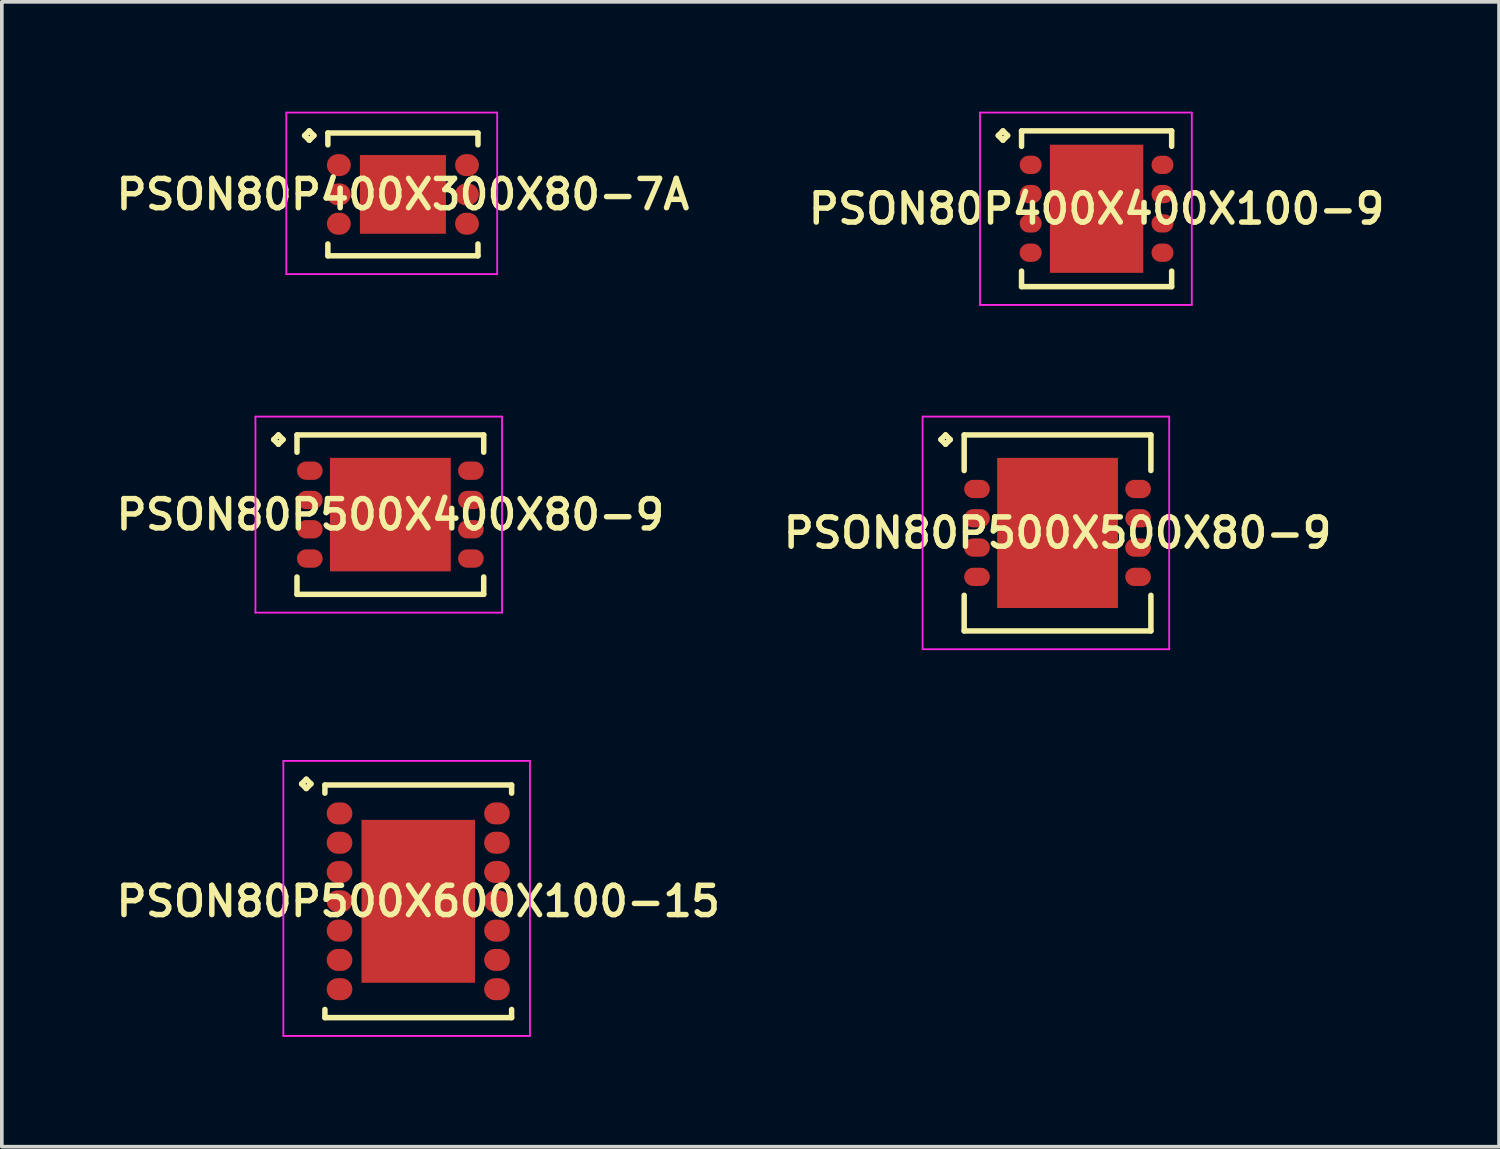
<source format=kicad_pcb>
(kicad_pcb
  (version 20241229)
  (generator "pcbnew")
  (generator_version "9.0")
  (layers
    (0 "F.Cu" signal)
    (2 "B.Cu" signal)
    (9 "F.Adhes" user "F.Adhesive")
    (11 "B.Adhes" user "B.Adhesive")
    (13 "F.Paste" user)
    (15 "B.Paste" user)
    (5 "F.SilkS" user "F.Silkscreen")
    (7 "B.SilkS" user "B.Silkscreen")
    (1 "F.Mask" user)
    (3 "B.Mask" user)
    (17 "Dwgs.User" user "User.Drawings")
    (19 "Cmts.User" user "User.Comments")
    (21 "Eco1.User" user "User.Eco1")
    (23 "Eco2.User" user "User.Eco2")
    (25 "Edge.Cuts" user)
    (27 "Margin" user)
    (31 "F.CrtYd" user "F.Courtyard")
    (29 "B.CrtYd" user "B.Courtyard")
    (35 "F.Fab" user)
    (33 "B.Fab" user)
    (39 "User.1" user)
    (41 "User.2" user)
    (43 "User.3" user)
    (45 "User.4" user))
  (footprint "PSON80P400X400X100-9"
    (layer "F.Cu")
    (at 26.902 2.652)
    (property "Reference" "PSON80P400X400X100-9" (at 0 0 0) (layer "F.SilkS") (effects (font (size 0.8 0.8) (thickness 0.15))))
    (attr smd)
    (fp_line (start -2.685 -2) (end -2.558 -2.127) (stroke (width 0.15) (type solid)) (layer "F.SilkS"))
    (fp_line (start -2.558 -2.127) (end -2.431 -2) (stroke (width 0.15) (type solid)) (layer "F.SilkS"))
    (fp_line (start -2.558 -1.873) (end -2.685 -2) (stroke (width 0.15) (type solid)) (layer "F.SilkS"))
    (fp_line (start -2.431 -2) (end -2.558 -1.873) (stroke (width 0.15) (type solid)) (layer "F.SilkS"))
    (fp_line (start -2.05 -2.127) (end 2.05 -2.127) (stroke (width 0.15) (type solid)) (layer "F.SilkS"))
    (fp_line (start -2.05 -1.704) (end -2.05 -2.127) (stroke (width 0.15) (type solid)) (layer "F.SilkS"))
    (fp_line (start -2.05 1.704) (end -2.05 2.127) (stroke (width 0.15) (type solid)) (layer "F.SilkS"))
    (fp_line (start -2.05 2.127) (end 2.05 2.127) (stroke (width 0.15) (type solid)) (layer "F.SilkS"))
    (fp_line (start 2.05 -2.127) (end 2.05 -1.704) (stroke (width 0.15) (type solid)) (layer "F.SilkS"))
    (fp_line (start 2.05 2.127) (end 2.05 1.704) (stroke (width 0.15) (type solid)) (layer "F.SilkS"))
    (fp_line (start -3.185 -2.627) (end 2.6 -2.627) (stroke (width 0.05) (type solid)) (layer "F.CrtYd"))
    (fp_line (start -3.185 2.627) (end -3.185 -2.627) (stroke (width 0.05) (type solid)) (layer "F.CrtYd"))
    (fp_line (start 2.6 -2.627) (end 2.6 2.627) (stroke (width 0.05) (type solid)) (layer "F.CrtYd"))
    (fp_line (start 2.6 2.627) (end -3.185 2.627) (stroke (width 0.05) (type solid)) (layer "F.CrtYd"))
    (pad "1" smd oval (at -1.8 -1.2) (size 0.6 0.5) (layers "F.Cu" "F.Mask" "F.Paste"))
    (pad "2" smd oval (at -1.8 -0.4) (size 0.6 0.5) (layers "F.Cu" "F.Mask" "F.Paste"))
    (pad "3" smd oval (at -1.8 0.4) (size 0.6 0.5) (layers "F.Cu" "F.Mask" "F.Paste"))
    (pad "4" smd oval (at -1.8 1.2) (size 0.6 0.5) (layers "F.Cu" "F.Mask" "F.Paste"))
    (pad "5" smd oval (at 1.8 1.2) (size 0.6 0.5) (layers "F.Cu" "F.Mask" "F.Paste"))
    (pad "6" smd oval (at 1.8 0.4) (size 0.6 0.5) (layers "F.Cu" "F.Mask" "F.Paste"))
    (pad "7" smd oval (at 1.8 -0.4) (size 0.6 0.5) (layers "F.Cu" "F.Mask" "F.Paste"))
    (pad "8" smd oval (at 1.8 -1.2) (size 0.6 0.5) (layers "F.Cu" "F.Mask" "F.Paste"))
    (pad "9" smd rect (at 0 0) (size 2.55 3.5) (layers "F.Cu" "F.Mask" "F.Paste")))
  (footprint "PSON80P400X300X80-7A"
    (layer "F.Cu")
    (at 7.955 2.26)
    (property "Reference" "PSON80P400X300X80-7A" (at 0 0 0) (layer "F.SilkS") (effects (font (size 0.8 0.8) (thickness 0.15))))
    (attr smd)
    (fp_line (start -2.685 -1.608) (end -2.558 -1.735) (stroke (width 0.15) (type solid)) (layer "F.SilkS"))
    (fp_line (start -2.558 -1.735) (end -2.431 -1.608) (stroke (width 0.15) (type solid)) (layer "F.SilkS"))
    (fp_line (start -2.558 -1.481) (end -2.685 -1.608) (stroke (width 0.15) (type solid)) (layer "F.SilkS"))
    (fp_line (start -2.431 -1.608) (end -2.558 -1.481) (stroke (width 0.15) (type solid)) (layer "F.SilkS"))
    (fp_line (start -2.05 -1.677) (end 2.05 -1.677) (stroke (width 0.15) (type solid)) (layer "F.SilkS"))
    (fp_line (start -2.05 -1.354) (end -2.05 -1.677) (stroke (width 0.15) (type solid)) (layer "F.SilkS"))
    (fp_line (start -2.05 1.354) (end -2.05 1.677) (stroke (width 0.15) (type solid)) (layer "F.SilkS"))
    (fp_line (start -2.05 1.677) (end 2.05 1.677) (stroke (width 0.15) (type solid)) (layer "F.SilkS"))
    (fp_line (start 2.05 -1.677) (end 2.05 -1.354) (stroke (width 0.15) (type solid)) (layer "F.SilkS"))
    (fp_line (start 2.05 1.677) (end 2.05 1.354) (stroke (width 0.15) (type solid)) (layer "F.SilkS"))
    (fp_line (start -3.185 -2.235) (end 2.575 -2.235) (stroke (width 0.05) (type solid)) (layer "F.CrtYd"))
    (fp_line (start -3.185 2.177) (end -3.185 -2.235) (stroke (width 0.05) (type solid)) (layer "F.CrtYd"))
    (fp_line (start 2.575 -2.235) (end 2.575 2.177) (stroke (width 0.05) (type solid)) (layer "F.CrtYd"))
    (fp_line (start 2.575 2.177) (end -3.185 2.177) (stroke (width 0.05) (type solid)) (layer "F.CrtYd"))
    (pad "1" smd oval (at -1.75 -0.8) (size 0.65 0.6) (layers "F.Cu" "F.Mask" "F.Paste"))
    (pad "2" smd oval (at -1.75 0) (size 0.65 0.6) (layers "F.Cu" "F.Mask" "F.Paste"))
    (pad "3" smd oval (at -1.75 0.8) (size 0.65 0.6) (layers "F.Cu" "F.Mask" "F.Paste"))
    (pad "4" smd oval (at 1.75 0.8) (size 0.65 0.6) (layers "F.Cu" "F.Mask" "F.Paste"))
    (pad "5" smd oval (at 1.75 0) (size 0.65 0.6) (layers "F.Cu" "F.Mask" "F.Paste"))
    (pad "6" smd oval (at 1.75 -0.8) (size 0.65 0.6) (layers "F.Cu" "F.Mask" "F.Paste"))
    (pad "7" smd rect (at 0 0) (size 2.35 2.15) (layers "F.Cu" "F.Mask" "F.Paste")))
  (footprint "PSON80P500X500X80-9"
    (layer "F.Cu")
    (at 25.835 11.506)
    (property "Reference" "PSON80P500X500X80-9" (at 0 0 0) (layer "F.SilkS") (effects (font (size 0.8 0.8) (thickness 0.15))))
    (attr smd)
    (fp_line (start -3.185 -2.55) (end -3.058 -2.677) (stroke (width 0.15) (type solid)) (layer "F.SilkS"))
    (fp_line (start -3.058 -2.677) (end -2.931 -2.55) (stroke (width 0.15) (type solid)) (layer "F.SilkS"))
    (fp_line (start -3.058 -2.423) (end -3.185 -2.55) (stroke (width 0.15) (type solid)) (layer "F.SilkS"))
    (fp_line (start -2.931 -2.55) (end -3.058 -2.423) (stroke (width 0.15) (type solid)) (layer "F.SilkS"))
    (fp_line (start -2.55 -2.677) (end 2.55 -2.677) (stroke (width 0.15) (type solid)) (layer "F.SilkS"))
    (fp_line (start -2.55 -1.704) (end -2.55 -2.677) (stroke (width 0.15) (type solid)) (layer "F.SilkS"))
    (fp_line (start -2.55 1.704) (end -2.55 2.677) (stroke (width 0.15) (type solid)) (layer "F.SilkS"))
    (fp_line (start -2.55 2.677) (end 2.55 2.677) (stroke (width 0.15) (type solid)) (layer "F.SilkS"))
    (fp_line (start 2.55 -2.677) (end 2.55 -1.704) (stroke (width 0.15) (type solid)) (layer "F.SilkS"))
    (fp_line (start 2.55 2.677) (end 2.55 1.704) (stroke (width 0.15) (type solid)) (layer "F.SilkS"))
    (fp_line (start -3.685 -3.177) (end 3.05 -3.177) (stroke (width 0.05) (type solid)) (layer "F.CrtYd"))
    (fp_line (start -3.685 3.177) (end -3.685 -3.177) (stroke (width 0.05) (type solid)) (layer "F.CrtYd"))
    (fp_line (start 3.05 -3.177) (end 3.05 3.177) (stroke (width 0.05) (type solid)) (layer "F.CrtYd"))
    (fp_line (start 3.05 3.177) (end -3.685 3.177) (stroke (width 0.05) (type solid)) (layer "F.CrtYd"))
    (pad "1" smd oval (at -2.2 -1.2) (size 0.7 0.5) (layers "F.Cu" "F.Mask" "F.Paste"))
    (pad "2" smd oval (at -2.2 -0.4) (size 0.7 0.5) (layers "F.Cu" "F.Mask" "F.Paste"))
    (pad "3" smd oval (at -2.2 0.4) (size 0.7 0.5) (layers "F.Cu" "F.Mask" "F.Paste"))
    (pad "4" smd oval (at -2.2 1.2) (size 0.7 0.5) (layers "F.Cu" "F.Mask" "F.Paste"))
    (pad "5" smd oval (at 2.2 1.2) (size 0.7 0.5) (layers "F.Cu" "F.Mask" "F.Paste"))
    (pad "6" smd oval (at 2.2 0.4) (size 0.7 0.5) (layers "F.Cu" "F.Mask" "F.Paste"))
    (pad "7" smd oval (at 2.2 -0.4) (size 0.7 0.5) (layers "F.Cu" "F.Mask" "F.Paste"))
    (pad "8" smd oval (at 2.2 -1.2) (size 0.7 0.5) (layers "F.Cu" "F.Mask" "F.Paste"))
    (pad "9" smd rect (at 0 0) (size 3.3 4.1) (layers "F.Cu" "F.Mask" "F.Paste")))
  (footprint "PSON80P500X400X80-9"
    (layer "F.Cu")
    (at 7.612 11.006)
    (property "Reference" "PSON80P500X400X80-9" (at 0 0 0) (layer "F.SilkS") (effects (font (size 0.8 0.8) (thickness 0.15))))
    (attr smd)
    (fp_line (start -3.185 -2.05) (end -3.058 -2.177) (stroke (width 0.15) (type solid)) (layer "F.SilkS"))
    (fp_line (start -3.058 -2.177) (end -2.931 -2.05) (stroke (width 0.15) (type solid)) (layer "F.SilkS"))
    (fp_line (start -3.058 -1.923) (end -3.185 -2.05) (stroke (width 0.15) (type solid)) (layer "F.SilkS"))
    (fp_line (start -2.931 -2.05) (end -3.058 -1.923) (stroke (width 0.15) (type solid)) (layer "F.SilkS"))
    (fp_line (start -2.55 -2.177) (end 2.55 -2.177) (stroke (width 0.15) (type solid)) (layer "F.SilkS"))
    (fp_line (start -2.55 -1.704) (end -2.55 -2.177) (stroke (width 0.15) (type solid)) (layer "F.SilkS"))
    (fp_line (start -2.55 1.704) (end -2.55 2.177) (stroke (width 0.15) (type solid)) (layer "F.SilkS"))
    (fp_line (start -2.55 2.177) (end 2.55 2.177) (stroke (width 0.15) (type solid)) (layer "F.SilkS"))
    (fp_line (start 2.55 -2.177) (end 2.55 -1.704) (stroke (width 0.15) (type solid)) (layer "F.SilkS"))
    (fp_line (start 2.55 2.177) (end 2.55 1.704) (stroke (width 0.15) (type solid)) (layer "F.SilkS"))
    (fp_line (start -3.685 -2.677) (end 3.05 -2.677) (stroke (width 0.05) (type solid)) (layer "F.CrtYd"))
    (fp_line (start -3.685 2.677) (end -3.685 -2.677) (stroke (width 0.05) (type solid)) (layer "F.CrtYd"))
    (fp_line (start 3.05 -2.677) (end 3.05 2.677) (stroke (width 0.05) (type solid)) (layer "F.CrtYd"))
    (fp_line (start 3.05 2.677) (end -3.685 2.677) (stroke (width 0.05) (type solid)) (layer "F.CrtYd"))
    (pad "1" smd oval (at -2.2 -1.2) (size 0.7 0.5) (layers "F.Cu" "F.Mask" "F.Paste"))
    (pad "2" smd oval (at -2.2 -0.4) (size 0.7 0.5) (layers "F.Cu" "F.Mask" "F.Paste"))
    (pad "3" smd oval (at -2.2 0.4) (size 0.7 0.5) (layers "F.Cu" "F.Mask" "F.Paste"))
    (pad "4" smd oval (at -2.2 1.2) (size 0.7 0.5) (layers "F.Cu" "F.Mask" "F.Paste"))
    (pad "5" smd oval (at 2.2 1.2) (size 0.7 0.5) (layers "F.Cu" "F.Mask" "F.Paste"))
    (pad "6" smd oval (at 2.2 0.4) (size 0.7 0.5) (layers "F.Cu" "F.Mask" "F.Paste"))
    (pad "7" smd oval (at 2.2 -0.4) (size 0.7 0.5) (layers "F.Cu" "F.Mask" "F.Paste"))
    (pad "8" smd oval (at 2.2 -1.2) (size 0.7 0.5) (layers "F.Cu" "F.Mask" "F.Paste"))
    (pad "9" smd rect (at 0 0) (size 3.3 3.1) (layers "F.Cu" "F.Mask" "F.Paste")))
  (footprint "PSON80P500X600X100-15"
    (layer "F.Cu")
    (at 8.374 21.568)
    (property "Reference" "PSON80P500X600X100-15" (at 0 0 0) (layer "F.SilkS") (effects (font (size 0.8 0.8) (thickness 0.15))))
    (attr smd)
    (fp_line (start -3.185 -3.208) (end -3.058 -3.335) (stroke (width 0.15) (type solid)) (layer "F.SilkS"))
    (fp_line (start -3.058 -3.335) (end -2.931 -3.208) (stroke (width 0.15) (type solid)) (layer "F.SilkS"))
    (fp_line (start -3.058 -3.081) (end -3.185 -3.208) (stroke (width 0.15) (type solid)) (layer "F.SilkS"))
    (fp_line (start -2.931 -3.208) (end -3.058 -3.081) (stroke (width 0.15) (type solid)) (layer "F.SilkS"))
    (fp_line (start -2.55 -3.177) (end 2.55 -3.177) (stroke (width 0.15) (type solid)) (layer "F.SilkS"))
    (fp_line (start -2.55 -2.954) (end -2.55 -3.177) (stroke (width 0.15) (type solid)) (layer "F.SilkS"))
    (fp_line (start -2.55 2.954) (end -2.55 3.177) (stroke (width 0.15) (type solid)) (layer "F.SilkS"))
    (fp_line (start -2.55 3.177) (end 2.55 3.177) (stroke (width 0.15) (type solid)) (layer "F.SilkS"))
    (fp_line (start 2.55 -3.177) (end 2.55 -2.954) (stroke (width 0.15) (type solid)) (layer "F.SilkS"))
    (fp_line (start 2.55 3.177) (end 2.55 2.954) (stroke (width 0.15) (type solid)) (layer "F.SilkS"))
    (fp_line (start -3.685 -3.835) (end 3.05 -3.835) (stroke (width 0.05) (type solid)) (layer "F.CrtYd"))
    (fp_line (start -3.685 3.677) (end -3.685 -3.835) (stroke (width 0.05) (type solid)) (layer "F.CrtYd"))
    (fp_line (start 3.05 -3.835) (end 3.05 3.677) (stroke (width 0.05) (type solid)) (layer "F.CrtYd"))
    (fp_line (start 3.05 3.677) (end -3.685 3.677) (stroke (width 0.05) (type solid)) (layer "F.CrtYd"))
    (pad "1" smd oval (at -2.15 -2.4) (size 0.7 0.6) (layers "F.Cu" "F.Mask" "F.Paste"))
    (pad "2" smd oval (at -2.15 -1.6) (size 0.7 0.6) (layers "F.Cu" "F.Mask" "F.Paste"))
    (pad "3" smd oval (at -2.15 -0.8) (size 0.7 0.6) (layers "F.Cu" "F.Mask" "F.Paste"))
    (pad "4" smd oval (at -2.15 0) (size 0.7 0.6) (layers "F.Cu" "F.Mask" "F.Paste"))
    (pad "5" smd oval (at -2.15 0.8) (size 0.7 0.6) (layers "F.Cu" "F.Mask" "F.Paste"))
    (pad "6" smd oval (at -2.15 1.6) (size 0.7 0.6) (layers "F.Cu" "F.Mask" "F.Paste"))
    (pad "7" smd oval (at -2.15 2.4) (size 0.7 0.6) (layers "F.Cu" "F.Mask" "F.Paste"))
    (pad "8" smd oval (at 2.15 2.4) (size 0.7 0.6) (layers "F.Cu" "F.Mask" "F.Paste"))
    (pad "9" smd oval (at 2.15 1.6) (size 0.7 0.6) (layers "F.Cu" "F.Mask" "F.Paste"))
    (pad "10" smd oval (at 2.15 0.8) (size 0.7 0.6) (layers "F.Cu" "F.Mask" "F.Paste"))
    (pad "11" smd oval (at 2.15 0) (size 0.7 0.6) (layers "F.Cu" "F.Mask" "F.Paste"))
    (pad "12" smd oval (at 2.15 -0.8) (size 0.7 0.6) (layers "F.Cu" "F.Mask" "F.Paste"))
    (pad "13" smd oval (at 2.15 -1.6) (size 0.7 0.6) (layers "F.Cu" "F.Mask" "F.Paste"))
    (pad "14" smd oval (at 2.15 -2.4) (size 0.7 0.6) (layers "F.Cu" "F.Mask" "F.Paste"))
    (pad "15" smd rect (at 0 0) (size 3.1 4.45) (layers "F.Cu" "F.Mask" "F.Paste")))
  (gr_rect
    (start -3 -3)
    (end 37.894 28.27)
    (stroke (width 0.1) (type default))
    (fill no)
    (layer "Edge.Cuts")))
</source>
